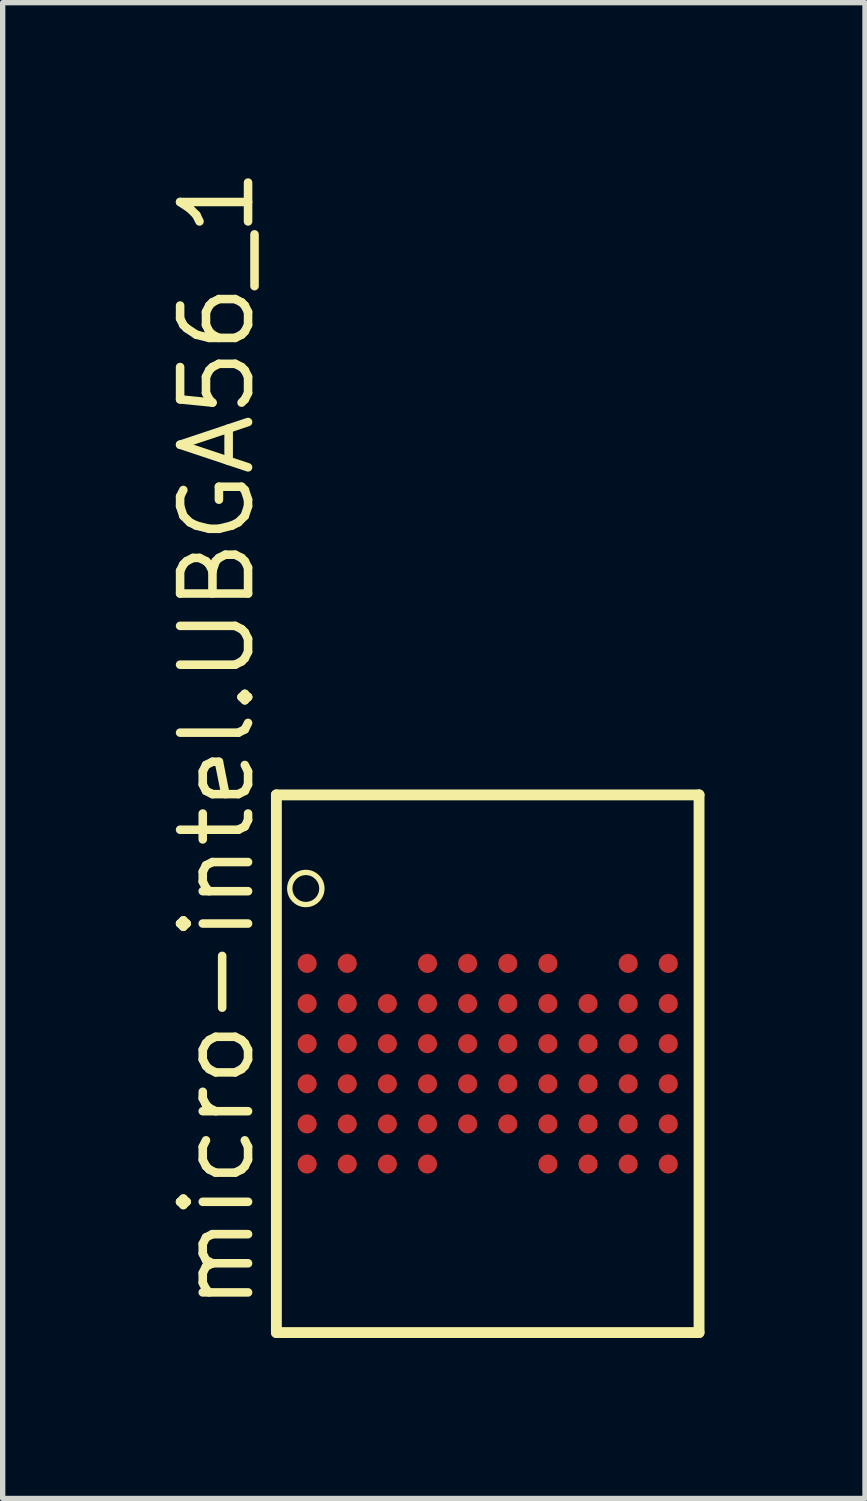
<source format=kicad_pcb>
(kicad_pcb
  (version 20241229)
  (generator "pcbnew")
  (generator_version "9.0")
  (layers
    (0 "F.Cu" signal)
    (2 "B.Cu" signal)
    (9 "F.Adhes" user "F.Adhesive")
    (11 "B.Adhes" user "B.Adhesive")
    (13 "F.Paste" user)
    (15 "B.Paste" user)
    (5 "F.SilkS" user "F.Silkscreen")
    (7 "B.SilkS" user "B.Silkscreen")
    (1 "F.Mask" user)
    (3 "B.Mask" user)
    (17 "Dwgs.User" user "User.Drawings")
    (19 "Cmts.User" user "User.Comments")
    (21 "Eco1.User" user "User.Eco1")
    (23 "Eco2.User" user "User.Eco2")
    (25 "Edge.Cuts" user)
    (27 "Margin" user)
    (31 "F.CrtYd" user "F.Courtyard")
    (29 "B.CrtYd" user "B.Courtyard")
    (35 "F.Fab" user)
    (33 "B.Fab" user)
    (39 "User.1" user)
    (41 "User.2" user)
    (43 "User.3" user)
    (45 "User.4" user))
  (footprint "micro-intel.UBGA56_1"
    (layer "F.Cu")
    (at 6.066 16.832)
    (property "Reference" "micro-intel.UBGA56_1" (at -4.316 4.682 90) (layer "F.SilkS") (effects (font (size 1.27 1.27) (thickness 0.16)) (justify left bottom)))
    (attr smd)
    (fp_line (start -3.95 -5.025) (end -3.95 5.025) (stroke (width 0.203) (type default)) (layer "F.SilkS"))
    (fp_line (start -3.95 5.025) (end 3.95 5.025) (stroke (width 0.203) (type default)) (layer "F.SilkS"))
    (fp_line (start 3.95 -5.025) (end -3.95 -5.025) (stroke (width 0.203) (type default)) (layer "F.SilkS"))
    (fp_line (start 3.95 5.025) (end 3.95 -5.025) (stroke (width 0.203) (type default)) (layer "F.SilkS"))
    (fp_circle (center -3.4 -3.275) (end -3.1 -3.275) (stroke (width 0.1) (type default)) (fill no) (layer "F.SilkS"))
    (pad "A1" smd roundrect (at -3.375 -1.875) (size 0.36 0.36) (layers "F.Cu" "F.Mask" "F.Paste") (roundrect_rratio 0.5))
    (pad "A2" smd roundrect (at -2.625 -1.875) (size 0.36 0.36) (layers "F.Cu" "F.Mask" "F.Paste") (roundrect_rratio 0.5))
    (pad "A4" smd roundrect (at -1.125 -1.875) (size 0.36 0.36) (layers "F.Cu" "F.Mask" "F.Paste") (roundrect_rratio 0.5))
    (pad "A5" smd roundrect (at -0.375 -1.875) (size 0.36 0.36) (layers "F.Cu" "F.Mask" "F.Paste") (roundrect_rratio 0.5))
    (pad "A6" smd roundrect (at 0.375 -1.875) (size 0.36 0.36) (layers "F.Cu" "F.Mask" "F.Paste") (roundrect_rratio 0.5))
    (pad "A7" smd roundrect (at 1.125 -1.875) (size 0.36 0.36) (layers "F.Cu" "F.Mask" "F.Paste") (roundrect_rratio 0.5))
    (pad "A9" smd roundrect (at 2.625 -1.875) (size 0.36 0.36) (layers "F.Cu" "F.Mask" "F.Paste") (roundrect_rratio 0.5))
    (pad "A10" smd roundrect (at 3.375 -1.875) (size 0.36 0.36) (layers "F.Cu" "F.Mask" "F.Paste") (roundrect_rratio 0.5))
    (pad "B1" smd roundrect (at -3.375 -1.125) (size 0.36 0.36) (layers "F.Cu" "F.Mask" "F.Paste") (roundrect_rratio 0.5))
    (pad "B2" smd roundrect (at -2.625 -1.125) (size 0.36 0.36) (layers "F.Cu" "F.Mask" "F.Paste") (roundrect_rratio 0.5))
    (pad "B3" smd roundrect (at -1.875 -1.125) (size 0.36 0.36) (layers "F.Cu" "F.Mask" "F.Paste") (roundrect_rratio 0.5))
    (pad "B4" smd roundrect (at -1.125 -1.125) (size 0.36 0.36) (layers "F.Cu" "F.Mask" "F.Paste") (roundrect_rratio 0.5))
    (pad "B5" smd roundrect (at -0.375 -1.125) (size 0.36 0.36) (layers "F.Cu" "F.Mask" "F.Paste") (roundrect_rratio 0.5))
    (pad "B6" smd roundrect (at 0.375 -1.125) (size 0.36 0.36) (layers "F.Cu" "F.Mask" "F.Paste") (roundrect_rratio 0.5))
    (pad "B7" smd roundrect (at 1.125 -1.125) (size 0.36 0.36) (layers "F.Cu" "F.Mask" "F.Paste") (roundrect_rratio 0.5))
    (pad "B8" smd roundrect (at 1.875 -1.125) (size 0.36 0.36) (layers "F.Cu" "F.Mask" "F.Paste") (roundrect_rratio 0.5))
    (pad "B9" smd roundrect (at 2.625 -1.125) (size 0.36 0.36) (layers "F.Cu" "F.Mask" "F.Paste") (roundrect_rratio 0.5))
    (pad "B10" smd roundrect (at 3.375 -1.125) (size 0.36 0.36) (layers "F.Cu" "F.Mask" "F.Paste") (roundrect_rratio 0.5))
    (pad "C1" smd roundrect (at -3.375 -0.375) (size 0.36 0.36) (layers "F.Cu" "F.Mask" "F.Paste") (roundrect_rratio 0.5))
    (pad "C2" smd roundrect (at -2.625 -0.375) (size 0.36 0.36) (layers "F.Cu" "F.Mask" "F.Paste") (roundrect_rratio 0.5))
    (pad "C3" smd roundrect (at -1.875 -0.375) (size 0.36 0.36) (layers "F.Cu" "F.Mask" "F.Paste") (roundrect_rratio 0.5))
    (pad "C4" smd roundrect (at -1.125 -0.375) (size 0.36 0.36) (layers "F.Cu" "F.Mask" "F.Paste") (roundrect_rratio 0.5))
    (pad "C5" smd roundrect (at -0.375 -0.375) (size 0.36 0.36) (layers "F.Cu" "F.Mask" "F.Paste") (roundrect_rratio 0.5))
    (pad "C6" smd roundrect (at 0.375 -0.375) (size 0.36 0.36) (layers "F.Cu" "F.Mask" "F.Paste") (roundrect_rratio 0.5))
    (pad "C7" smd roundrect (at 1.125 -0.375) (size 0.36 0.36) (layers "F.Cu" "F.Mask" "F.Paste") (roundrect_rratio 0.5))
    (pad "C8" smd roundrect (at 1.875 -0.375) (size 0.36 0.36) (layers "F.Cu" "F.Mask" "F.Paste") (roundrect_rratio 0.5))
    (pad "C9" smd roundrect (at 2.625 -0.375) (size 0.36 0.36) (layers "F.Cu" "F.Mask" "F.Paste") (roundrect_rratio 0.5))
    (pad "C10" smd roundrect (at 3.375 -0.375) (size 0.36 0.36) (layers "F.Cu" "F.Mask" "F.Paste") (roundrect_rratio 0.5))
    (pad "D1" smd roundrect (at -3.375 0.375) (size 0.36 0.36) (layers "F.Cu" "F.Mask" "F.Paste") (roundrect_rratio 0.5))
    (pad "D2" smd roundrect (at -2.625 0.375) (size 0.36 0.36) (layers "F.Cu" "F.Mask" "F.Paste") (roundrect_rratio 0.5))
    (pad "D3" smd roundrect (at -1.875 0.375) (size 0.36 0.36) (layers "F.Cu" "F.Mask" "F.Paste") (roundrect_rratio 0.5))
    (pad "D4" smd roundrect (at -1.125 0.375) (size 0.36 0.36) (layers "F.Cu" "F.Mask" "F.Paste") (roundrect_rratio 0.5))
    (pad "D5" smd roundrect (at -0.375 0.375) (size 0.36 0.36) (layers "F.Cu" "F.Mask" "F.Paste") (roundrect_rratio 0.5))
    (pad "D6" smd roundrect (at 0.375 0.375) (size 0.36 0.36) (layers "F.Cu" "F.Mask" "F.Paste") (roundrect_rratio 0.5))
    (pad "D7" smd roundrect (at 1.125 0.375) (size 0.36 0.36) (layers "F.Cu" "F.Mask" "F.Paste") (roundrect_rratio 0.5))
    (pad "D8" smd roundrect (at 1.875 0.375) (size 0.36 0.36) (layers "F.Cu" "F.Mask" "F.Paste") (roundrect_rratio 0.5))
    (pad "D9" smd roundrect (at 2.625 0.375) (size 0.36 0.36) (layers "F.Cu" "F.Mask" "F.Paste") (roundrect_rratio 0.5))
    (pad "D10" smd roundrect (at 3.375 0.375) (size 0.36 0.36) (layers "F.Cu" "F.Mask" "F.Paste") (roundrect_rratio 0.5))
    (pad "E1" smd roundrect (at -3.375 1.125) (size 0.36 0.36) (layers "F.Cu" "F.Mask" "F.Paste") (roundrect_rratio 0.5))
    (pad "E2" smd roundrect (at -2.625 1.125) (size 0.36 0.36) (layers "F.Cu" "F.Mask" "F.Paste") (roundrect_rratio 0.5))
    (pad "E3" smd roundrect (at -1.875 1.125) (size 0.36 0.36) (layers "F.Cu" "F.Mask" "F.Paste") (roundrect_rratio 0.5))
    (pad "E4" smd roundrect (at -1.125 1.125) (size 0.36 0.36) (layers "F.Cu" "F.Mask" "F.Paste") (roundrect_rratio 0.5))
    (pad "E5" smd roundrect (at -0.375 1.125) (size 0.36 0.36) (layers "F.Cu" "F.Mask" "F.Paste") (roundrect_rratio 0.5))
    (pad "E6" smd roundrect (at 0.375 1.125) (size 0.36 0.36) (layers "F.Cu" "F.Mask" "F.Paste") (roundrect_rratio 0.5))
    (pad "E7" smd roundrect (at 1.125 1.125) (size 0.36 0.36) (layers "F.Cu" "F.Mask" "F.Paste") (roundrect_rratio 0.5))
    (pad "E8" smd roundrect (at 1.875 1.125) (size 0.36 0.36) (layers "F.Cu" "F.Mask" "F.Paste") (roundrect_rratio 0.5))
    (pad "E9" smd roundrect (at 2.625 1.125) (size 0.36 0.36) (layers "F.Cu" "F.Mask" "F.Paste") (roundrect_rratio 0.5))
    (pad "E10" smd roundrect (at 3.375 1.125) (size 0.36 0.36) (layers "F.Cu" "F.Mask" "F.Paste") (roundrect_rratio 0.5))
    (pad "F1" smd roundrect (at -3.375 1.875) (size 0.36 0.36) (layers "F.Cu" "F.Mask" "F.Paste") (roundrect_rratio 0.5))
    (pad "F2" smd roundrect (at -2.625 1.875) (size 0.36 0.36) (layers "F.Cu" "F.Mask" "F.Paste") (roundrect_rratio 0.5))
    (pad "F3" smd roundrect (at -1.875 1.875) (size 0.36 0.36) (layers "F.Cu" "F.Mask" "F.Paste") (roundrect_rratio 0.5))
    (pad "F4" smd roundrect (at -1.125 1.875) (size 0.36 0.36) (layers "F.Cu" "F.Mask" "F.Paste") (roundrect_rratio 0.5))
    (pad "F7" smd roundrect (at 1.125 1.875) (size 0.36 0.36) (layers "F.Cu" "F.Mask" "F.Paste") (roundrect_rratio 0.5))
    (pad "F8" smd roundrect (at 1.875 1.875) (size 0.36 0.36) (layers "F.Cu" "F.Mask" "F.Paste") (roundrect_rratio 0.5))
    (pad "F9" smd roundrect (at 2.625 1.875) (size 0.36 0.36) (layers "F.Cu" "F.Mask" "F.Paste") (roundrect_rratio 0.5))
    (pad "F10" smd roundrect (at 3.375 1.875) (size 0.36 0.36) (layers "F.Cu" "F.Mask" "F.Paste") (roundrect_rratio 0.5)))
  (gr_rect
    (start -3 -3)
    (end 13.118 24.958)
    (stroke (width 0.1) (type default))
    (fill no)
    (layer "Edge.Cuts")))
</source>
